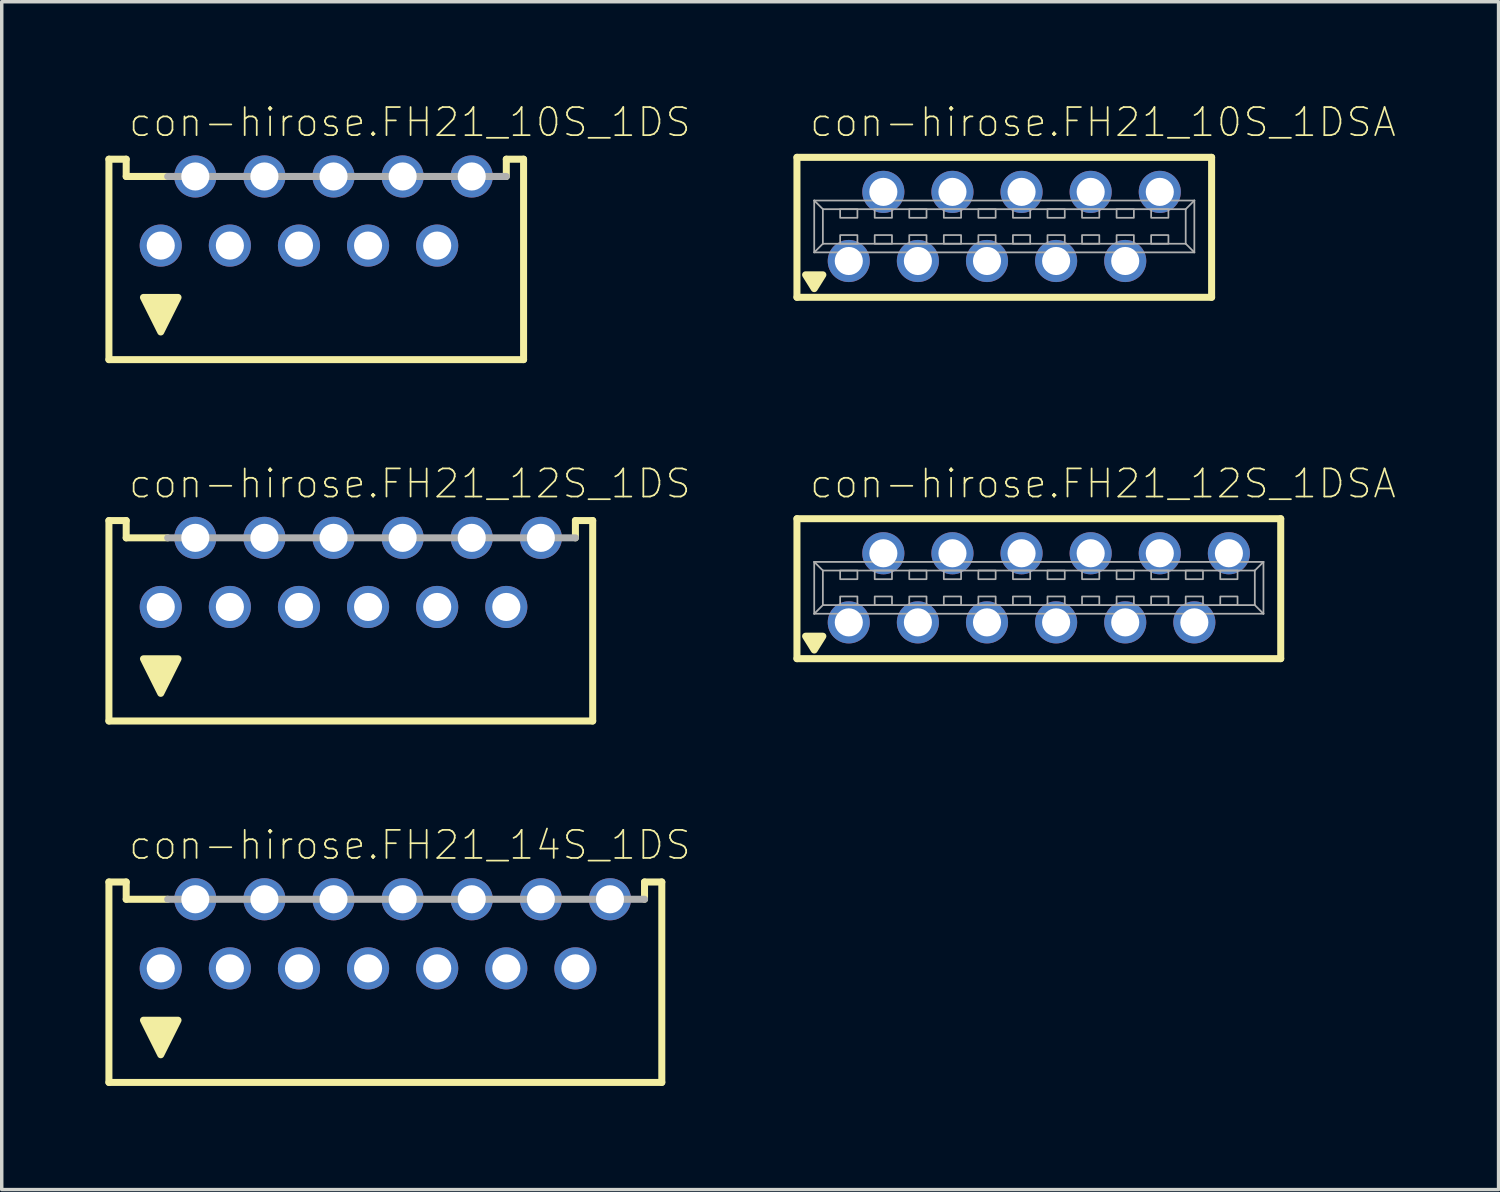
<source format=kicad_pcb>
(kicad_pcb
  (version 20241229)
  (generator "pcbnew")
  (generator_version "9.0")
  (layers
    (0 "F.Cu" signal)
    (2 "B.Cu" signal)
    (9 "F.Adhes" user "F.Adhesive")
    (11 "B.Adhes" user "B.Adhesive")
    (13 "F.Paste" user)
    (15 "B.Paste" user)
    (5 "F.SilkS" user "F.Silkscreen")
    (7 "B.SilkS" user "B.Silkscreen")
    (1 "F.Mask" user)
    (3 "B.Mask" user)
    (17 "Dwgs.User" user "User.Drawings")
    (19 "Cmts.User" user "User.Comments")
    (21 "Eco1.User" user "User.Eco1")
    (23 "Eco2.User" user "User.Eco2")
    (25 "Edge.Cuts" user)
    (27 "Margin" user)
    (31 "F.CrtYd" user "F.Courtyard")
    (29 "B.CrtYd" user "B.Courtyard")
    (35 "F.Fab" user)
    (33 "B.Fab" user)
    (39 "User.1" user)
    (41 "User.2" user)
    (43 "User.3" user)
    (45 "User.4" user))
  (footprint "con-hirose.FH21_14S_1DS"
    (layer "F.Cu")
    (at 8.102 24.974)
    (property "Reference" "con-hirose.FH21_14S_1DS" (at -7.472 -3.094 0) (layer "F.SilkS") (effects (font (size 0.813 0.813) (thickness 0.05)) (justify left bottom)))
    (attr through_hole)
    (fp_line (start -8 -2.5) (end -8 3.3) (stroke (width 0.203) (type default)) (layer "F.SilkS"))
    (fp_line (start -8 3.3) (end 8 3.3) (stroke (width 0.203) (type default)) (layer "F.SilkS"))
    (fp_line (start -7.5 -2.5) (end -8 -2.5) (stroke (width 0.203) (type default)) (layer "F.SilkS"))
    (fp_line (start -7.5 -2) (end -7.5 -2.5) (stroke (width 0.203) (type default)) (layer "F.SilkS"))
    (fp_line (start -7.5 -2) (end -6.3 -2) (stroke (width 0.203) (type default)) (layer "F.SilkS"))
    (fp_line (start 7.5 -2.5) (end 8 -2.5) (stroke (width 0.203) (type default)) (layer "F.SilkS"))
    (fp_line (start 7.5 -2) (end 7.5 -2.5) (stroke (width 0.203) (type default)) (layer "F.SilkS"))
    (fp_line (start 8 -2.5) (end 8 3.3) (stroke (width 0.203) (type default)) (layer "F.SilkS"))
    (fp_poly (pts (xy -6.5 2.5) (xy -7 1.5) (xy -6 1.5)) (stroke (width 0.203) (type default)) (fill yes) (layer "F.SilkS"))
    (fp_line (start -6.3 -2) (end 7.5 -2) (stroke (width 0.203) (type default)) (layer "F.Fab"))
    (pad "1" thru_hole circle (at -6.5 0) (size 1.219 1.219) (drill 0.813) (layers "*.Cu" "*.Mask"))
    (pad "2" thru_hole circle (at -5.5 -2) (size 1.219 1.219) (drill 0.813) (layers "*.Cu" "*.Mask"))
    (pad "3" thru_hole circle (at -4.5 0) (size 1.219 1.219) (drill 0.813) (layers "*.Cu" "*.Mask"))
    (pad "4" thru_hole circle (at -3.5 -2) (size 1.219 1.219) (drill 0.813) (layers "*.Cu" "*.Mask"))
    (pad "5" thru_hole circle (at -2.5 0) (size 1.219 1.219) (drill 0.813) (layers "*.Cu" "*.Mask"))
    (pad "6" thru_hole circle (at -1.5 -2) (size 1.219 1.219) (drill 0.813) (layers "*.Cu" "*.Mask"))
    (pad "7" thru_hole circle (at -0.5 0) (size 1.219 1.219) (drill 0.813) (layers "*.Cu" "*.Mask"))
    (pad "8" thru_hole circle (at 0.5 -2) (size 1.219 1.219) (drill 0.813) (layers "*.Cu" "*.Mask"))
    (pad "9" thru_hole circle (at 1.5 0) (size 1.219 1.219) (drill 0.813) (layers "*.Cu" "*.Mask"))
    (pad "10" thru_hole circle (at 2.5 -2) (size 1.219 1.219) (drill 0.813) (layers "*.Cu" "*.Mask"))
    (pad "11" thru_hole circle (at 3.5 0) (size 1.219 1.219) (drill 0.813) (layers "*.Cu" "*.Mask"))
    (pad "12" thru_hole circle (at 4.5 -2) (size 1.219 1.219) (drill 0.813) (layers "*.Cu" "*.Mask"))
    (pad "13" thru_hole circle (at 5.5 0) (size 1.219 1.219) (drill 0.813) (layers "*.Cu" "*.Mask"))
    (pad "14" thru_hole circle (at 6.5 -2) (size 1.219 1.219) (drill 0.813) (layers "*.Cu" "*.Mask")))
  (footprint "con-hirose.FH21_12S_1DSA"
    (layer "F.Cu")
    (at 27.013 13.961)
    (property "Reference" "con-hirose.FH21_12S_1DSA" (at -6.675 -2.54 0) (layer "F.SilkS") (effects (font (size 0.813 0.813) (thickness 0.05)) (justify left bottom)))
    (attr through_hole)
    (fp_line (start -7 -2) (end -7 2.05) (stroke (width 0.203) (type default)) (layer "F.SilkS"))
    (fp_line (start -7 2.05) (end 7 2.05) (stroke (width 0.203) (type default)) (layer "F.SilkS"))
    (fp_line (start 7 -2) (end -7 -2) (stroke (width 0.203) (type default)) (layer "F.SilkS"))
    (fp_line (start 7 -2) (end 7 2.05) (stroke (width 0.203) (type default)) (layer "F.SilkS"))
    (fp_poly (pts (xy -6.5 1.8) (xy -6.75 1.4) (xy -6.25 1.4)) (stroke (width 0.203) (type default)) (fill yes) (layer "F.SilkS"))
    (fp_line (start -6.5 -0.75) (end 6.5 -0.75) (stroke (width 0.051) (type default)) (layer "F.Fab"))
    (fp_line (start -6.5 0.75) (end -6.5 -0.75) (stroke (width 0.051) (type default)) (layer "F.Fab"))
    (fp_line (start -6.25 -0.5) (end -6.5 -0.75) (stroke (width 0.051) (type default)) (layer "F.Fab"))
    (fp_line (start -6.25 -0.5) (end 6.25 -0.5) (stroke (width 0.051) (type default)) (layer "F.Fab"))
    (fp_line (start -6.25 0.5) (end -6.5 0.75) (stroke (width 0.051) (type default)) (layer "F.Fab"))
    (fp_line (start -6.25 0.5) (end -6.25 -0.5) (stroke (width 0.051) (type default)) (layer "F.Fab"))
    (fp_line (start 6.25 -0.5) (end 6.25 0.5) (stroke (width 0.051) (type default)) (layer "F.Fab"))
    (fp_line (start 6.25 -0.5) (end 6.5 -0.75) (stroke (width 0.051) (type default)) (layer "F.Fab"))
    (fp_line (start 6.25 0.5) (end -6.25 0.5) (stroke (width 0.051) (type default)) (layer "F.Fab"))
    (fp_line (start 6.25 0.5) (end 6.5 0.75) (stroke (width 0.051) (type default)) (layer "F.Fab"))
    (fp_line (start 6.5 -0.75) (end 6.5 0.75) (stroke (width 0.051) (type default)) (layer "F.Fab"))
    (fp_line (start 6.5 0.75) (end -6.5 0.75) (stroke (width 0.051) (type default)) (layer "F.Fab"))
    (fp_rect (start -5.75 -0.25) (end -5.25 -0.5) (stroke (width 0.05) (type default)) (fill no) (layer "F.Fab"))
    (fp_rect (start -5.75 0.5) (end -5.25 0.25) (stroke (width 0.05) (type default)) (fill no) (layer "F.Fab"))
    (fp_rect (start -4.75 -0.25) (end -4.25 -0.5) (stroke (width 0.05) (type default)) (fill no) (layer "F.Fab"))
    (fp_rect (start -4.75 0.5) (end -4.25 0.25) (stroke (width 0.05) (type default)) (fill no) (layer "F.Fab"))
    (fp_rect (start -3.75 -0.25) (end -3.25 -0.5) (stroke (width 0.05) (type default)) (fill no) (layer "F.Fab"))
    (fp_rect (start -3.75 0.5) (end -3.25 0.25) (stroke (width 0.05) (type default)) (fill no) (layer "F.Fab"))
    (fp_rect (start -2.75 -0.25) (end -2.25 -0.5) (stroke (width 0.05) (type default)) (fill no) (layer "F.Fab"))
    (fp_rect (start -2.75 0.5) (end -2.25 0.25) (stroke (width 0.05) (type default)) (fill no) (layer "F.Fab"))
    (fp_rect (start -1.75 -0.25) (end -1.25 -0.5) (stroke (width 0.05) (type default)) (fill no) (layer "F.Fab"))
    (fp_rect (start -1.75 0.5) (end -1.25 0.25) (stroke (width 0.05) (type default)) (fill no) (layer "F.Fab"))
    (fp_rect (start -0.75 -0.25) (end -0.25 -0.5) (stroke (width 0.05) (type default)) (fill no) (layer "F.Fab"))
    (fp_rect (start -0.75 0.5) (end -0.25 0.25) (stroke (width 0.05) (type default)) (fill no) (layer "F.Fab"))
    (fp_rect (start 0.25 -0.25) (end 0.75 -0.5) (stroke (width 0.05) (type default)) (fill no) (layer "F.Fab"))
    (fp_rect (start 0.25 0.5) (end 0.75 0.25) (stroke (width 0.05) (type default)) (fill no) (layer "F.Fab"))
    (fp_rect (start 1.25 -0.25) (end 1.75 -0.5) (stroke (width 0.05) (type default)) (fill no) (layer "F.Fab"))
    (fp_rect (start 1.25 0.5) (end 1.75 0.25) (stroke (width 0.05) (type default)) (fill no) (layer "F.Fab"))
    (fp_rect (start 2.25 -0.25) (end 2.75 -0.5) (stroke (width 0.05) (type default)) (fill no) (layer "F.Fab"))
    (fp_rect (start 2.25 0.5) (end 2.75 0.25) (stroke (width 0.05) (type default)) (fill no) (layer "F.Fab"))
    (fp_rect (start 3.25 -0.25) (end 3.75 -0.5) (stroke (width 0.05) (type default)) (fill no) (layer "F.Fab"))
    (fp_rect (start 3.25 0.5) (end 3.75 0.25) (stroke (width 0.05) (type default)) (fill no) (layer "F.Fab"))
    (fp_rect (start 4.25 -0.25) (end 4.75 -0.5) (stroke (width 0.05) (type default)) (fill no) (layer "F.Fab"))
    (fp_rect (start 4.25 0.5) (end 4.75 0.25) (stroke (width 0.05) (type default)) (fill no) (layer "F.Fab"))
    (fp_rect (start 5.25 -0.25) (end 5.75 -0.5) (stroke (width 0.05) (type default)) (fill no) (layer "F.Fab"))
    (fp_rect (start 5.25 0.5) (end 5.75 0.25) (stroke (width 0.05) (type default)) (fill no) (layer "F.Fab"))
    (pad "1" thru_hole circle (at -5.5 1) (size 1.219 1.219) (drill 0.813) (layers "*.Cu" "*.Mask"))
    (pad "2" thru_hole circle (at -4.5 -1) (size 1.219 1.219) (drill 0.813) (layers "*.Cu" "*.Mask"))
    (pad "3" thru_hole circle (at -3.5 1) (size 1.219 1.219) (drill 0.813) (layers "*.Cu" "*.Mask"))
    (pad "4" thru_hole circle (at -2.5 -1) (size 1.219 1.219) (drill 0.813) (layers "*.Cu" "*.Mask"))
    (pad "5" thru_hole circle (at -1.5 1) (size 1.219 1.219) (drill 0.813) (layers "*.Cu" "*.Mask"))
    (pad "6" thru_hole circle (at -0.5 -1) (size 1.219 1.219) (drill 0.813) (layers "*.Cu" "*.Mask"))
    (pad "7" thru_hole circle (at 0.5 1) (size 1.219 1.219) (drill 0.813) (layers "*.Cu" "*.Mask"))
    (pad "8" thru_hole circle (at 1.5 -1) (size 1.219 1.219) (drill 0.813) (layers "*.Cu" "*.Mask"))
    (pad "9" thru_hole circle (at 2.5 1) (size 1.219 1.219) (drill 0.813) (layers "*.Cu" "*.Mask"))
    (pad "10" thru_hole circle (at 3.5 -1) (size 1.219 1.219) (drill 0.813) (layers "*.Cu" "*.Mask"))
    (pad "11" thru_hole circle (at 4.5 1) (size 1.219 1.219) (drill 0.813) (layers "*.Cu" "*.Mask"))
    (pad "12" thru_hole circle (at 5.5 -1) (size 1.219 1.219) (drill 0.813) (layers "*.Cu" "*.Mask")))
  (footprint "con-hirose.FH21_10S_1DSA"
    (layer "F.Cu")
    (at 26.013 3.503)
    (property "Reference" "con-hirose.FH21_10S_1DSA" (at -5.675 -2.54 0) (layer "F.SilkS") (effects (font (size 0.813 0.813) (thickness 0.05)) (justify left bottom)))
    (attr through_hole)
    (fp_line (start -6 -2) (end -6 2.05) (stroke (width 0.203) (type default)) (layer "F.SilkS"))
    (fp_line (start -6 2.05) (end 6 2.05) (stroke (width 0.203) (type default)) (layer "F.SilkS"))
    (fp_line (start 6 -2) (end -6 -2) (stroke (width 0.203) (type default)) (layer "F.SilkS"))
    (fp_line (start 6 -2) (end 6 2.05) (stroke (width 0.203) (type default)) (layer "F.SilkS"))
    (fp_poly (pts (xy -5.5 1.8) (xy -5.75 1.4) (xy -5.25 1.4)) (stroke (width 0.203) (type default)) (fill yes) (layer "F.SilkS"))
    (fp_line (start -5.5 -0.75) (end 5.5 -0.75) (stroke (width 0.051) (type default)) (layer "F.Fab"))
    (fp_line (start -5.5 0.75) (end -5.5 -0.75) (stroke (width 0.051) (type default)) (layer "F.Fab"))
    (fp_line (start -5.25 -0.5) (end -5.5 -0.75) (stroke (width 0.051) (type default)) (layer "F.Fab"))
    (fp_line (start -5.25 -0.5) (end 5.25 -0.5) (stroke (width 0.051) (type default)) (layer "F.Fab"))
    (fp_line (start -5.25 0.5) (end -5.5 0.75) (stroke (width 0.051) (type default)) (layer "F.Fab"))
    (fp_line (start -5.25 0.5) (end -5.25 -0.5) (stroke (width 0.051) (type default)) (layer "F.Fab"))
    (fp_line (start 5.25 -0.5) (end 5.25 0.5) (stroke (width 0.051) (type default)) (layer "F.Fab"))
    (fp_line (start 5.25 -0.5) (end 5.5 -0.75) (stroke (width 0.051) (type default)) (layer "F.Fab"))
    (fp_line (start 5.25 0.5) (end -5.25 0.5) (stroke (width 0.051) (type default)) (layer "F.Fab"))
    (fp_line (start 5.25 0.5) (end 5.5 0.75) (stroke (width 0.051) (type default)) (layer "F.Fab"))
    (fp_line (start 5.5 -0.75) (end 5.5 0.75) (stroke (width 0.051) (type default)) (layer "F.Fab"))
    (fp_line (start 5.5 0.75) (end -5.5 0.75) (stroke (width 0.051) (type default)) (layer "F.Fab"))
    (fp_rect (start -4.75 -0.25) (end -4.25 -0.5) (stroke (width 0.05) (type default)) (fill no) (layer "F.Fab"))
    (fp_rect (start -4.75 0.5) (end -4.25 0.25) (stroke (width 0.05) (type default)) (fill no) (layer "F.Fab"))
    (fp_rect (start -3.75 -0.25) (end -3.25 -0.5) (stroke (width 0.05) (type default)) (fill no) (layer "F.Fab"))
    (fp_rect (start -3.75 0.5) (end -3.25 0.25) (stroke (width 0.05) (type default)) (fill no) (layer "F.Fab"))
    (fp_rect (start -2.75 -0.25) (end -2.25 -0.5) (stroke (width 0.05) (type default)) (fill no) (layer "F.Fab"))
    (fp_rect (start -2.75 0.5) (end -2.25 0.25) (stroke (width 0.05) (type default)) (fill no) (layer "F.Fab"))
    (fp_rect (start -1.75 -0.25) (end -1.25 -0.5) (stroke (width 0.05) (type default)) (fill no) (layer "F.Fab"))
    (fp_rect (start -1.75 0.5) (end -1.25 0.25) (stroke (width 0.05) (type default)) (fill no) (layer "F.Fab"))
    (fp_rect (start -0.75 -0.25) (end -0.25 -0.5) (stroke (width 0.05) (type default)) (fill no) (layer "F.Fab"))
    (fp_rect (start -0.75 0.5) (end -0.25 0.25) (stroke (width 0.05) (type default)) (fill no) (layer "F.Fab"))
    (fp_rect (start 0.25 -0.25) (end 0.75 -0.5) (stroke (width 0.05) (type default)) (fill no) (layer "F.Fab"))
    (fp_rect (start 0.25 0.5) (end 0.75 0.25) (stroke (width 0.05) (type default)) (fill no) (layer "F.Fab"))
    (fp_rect (start 1.25 -0.25) (end 1.75 -0.5) (stroke (width 0.05) (type default)) (fill no) (layer "F.Fab"))
    (fp_rect (start 1.25 0.5) (end 1.75 0.25) (stroke (width 0.05) (type default)) (fill no) (layer "F.Fab"))
    (fp_rect (start 2.25 -0.25) (end 2.75 -0.5) (stroke (width 0.05) (type default)) (fill no) (layer "F.Fab"))
    (fp_rect (start 2.25 0.5) (end 2.75 0.25) (stroke (width 0.05) (type default)) (fill no) (layer "F.Fab"))
    (fp_rect (start 3.25 -0.25) (end 3.75 -0.5) (stroke (width 0.05) (type default)) (fill no) (layer "F.Fab"))
    (fp_rect (start 3.25 0.5) (end 3.75 0.25) (stroke (width 0.05) (type default)) (fill no) (layer "F.Fab"))
    (fp_rect (start 4.25 -0.25) (end 4.75 -0.5) (stroke (width 0.05) (type default)) (fill no) (layer "F.Fab"))
    (fp_rect (start 4.25 0.5) (end 4.75 0.25) (stroke (width 0.05) (type default)) (fill no) (layer "F.Fab"))
    (pad "1" thru_hole circle (at -4.5 1) (size 1.219 1.219) (drill 0.813) (layers "*.Cu" "*.Mask"))
    (pad "2" thru_hole circle (at -3.5 -1) (size 1.219 1.219) (drill 0.813) (layers "*.Cu" "*.Mask"))
    (pad "3" thru_hole circle (at -2.5 1) (size 1.219 1.219) (drill 0.813) (layers "*.Cu" "*.Mask"))
    (pad "4" thru_hole circle (at -1.5 -1) (size 1.219 1.219) (drill 0.813) (layers "*.Cu" "*.Mask"))
    (pad "5" thru_hole circle (at -0.5 1) (size 1.219 1.219) (drill 0.813) (layers "*.Cu" "*.Mask"))
    (pad "6" thru_hole circle (at 0.5 -1) (size 1.219 1.219) (drill 0.813) (layers "*.Cu" "*.Mask"))
    (pad "7" thru_hole circle (at 1.5 1) (size 1.219 1.219) (drill 0.813) (layers "*.Cu" "*.Mask"))
    (pad "8" thru_hole circle (at 2.5 -1) (size 1.219 1.219) (drill 0.813) (layers "*.Cu" "*.Mask"))
    (pad "9" thru_hole circle (at 3.5 1) (size 1.219 1.219) (drill 0.813) (layers "*.Cu" "*.Mask"))
    (pad "10" thru_hole circle (at 4.5 -1) (size 1.219 1.219) (drill 0.813) (layers "*.Cu" "*.Mask")))
  (footprint "con-hirose.FH21_12S_1DS"
    (layer "F.Cu")
    (at 7.102 14.515)
    (property "Reference" "con-hirose.FH21_12S_1DS" (at -6.472 -3.094 0) (layer "F.SilkS") (effects (font (size 0.813 0.813) (thickness 0.05)) (justify left bottom)))
    (attr through_hole)
    (fp_line (start -7 -2.5) (end -7 3.3) (stroke (width 0.203) (type default)) (layer "F.SilkS"))
    (fp_line (start -7 3.3) (end 7 3.3) (stroke (width 0.203) (type default)) (layer "F.SilkS"))
    (fp_line (start -6.5 -2.5) (end -7 -2.5) (stroke (width 0.203) (type default)) (layer "F.SilkS"))
    (fp_line (start -6.5 -2) (end -6.5 -2.5) (stroke (width 0.203) (type default)) (layer "F.SilkS"))
    (fp_line (start -6.5 -2) (end -5.3 -2) (stroke (width 0.203) (type default)) (layer "F.SilkS"))
    (fp_line (start 6.5 -2.5) (end 7 -2.5) (stroke (width 0.203) (type default)) (layer "F.SilkS"))
    (fp_line (start 6.5 -2) (end 6.5 -2.5) (stroke (width 0.203) (type default)) (layer "F.SilkS"))
    (fp_line (start 7 -2.5) (end 7 3.3) (stroke (width 0.203) (type default)) (layer "F.SilkS"))
    (fp_poly (pts (xy -5.5 2.5) (xy -6 1.5) (xy -5 1.5)) (stroke (width 0.203) (type default)) (fill yes) (layer "F.SilkS"))
    (fp_line (start -5.3 -2) (end 6.5 -2) (stroke (width 0.203) (type default)) (layer "F.Fab"))
    (pad "1" thru_hole circle (at -5.5 0) (size 1.219 1.219) (drill 0.813) (layers "*.Cu" "*.Mask"))
    (pad "2" thru_hole circle (at -4.5 -2) (size 1.219 1.219) (drill 0.813) (layers "*.Cu" "*.Mask"))
    (pad "3" thru_hole circle (at -3.5 0) (size 1.219 1.219) (drill 0.813) (layers "*.Cu" "*.Mask"))
    (pad "4" thru_hole circle (at -2.5 -2) (size 1.219 1.219) (drill 0.813) (layers "*.Cu" "*.Mask"))
    (pad "5" thru_hole circle (at -1.5 0) (size 1.219 1.219) (drill 0.813) (layers "*.Cu" "*.Mask"))
    (pad "6" thru_hole circle (at -0.5 -2) (size 1.219 1.219) (drill 0.813) (layers "*.Cu" "*.Mask"))
    (pad "7" thru_hole circle (at 0.5 0) (size 1.219 1.219) (drill 0.813) (layers "*.Cu" "*.Mask"))
    (pad "8" thru_hole circle (at 1.5 -2) (size 1.219 1.219) (drill 0.813) (layers "*.Cu" "*.Mask"))
    (pad "9" thru_hole circle (at 2.5 0) (size 1.219 1.219) (drill 0.813) (layers "*.Cu" "*.Mask"))
    (pad "10" thru_hole circle (at 3.5 -2) (size 1.219 1.219) (drill 0.813) (layers "*.Cu" "*.Mask"))
    (pad "11" thru_hole circle (at 4.5 0) (size 1.219 1.219) (drill 0.813) (layers "*.Cu" "*.Mask"))
    (pad "12" thru_hole circle (at 5.5 -2) (size 1.219 1.219) (drill 0.813) (layers "*.Cu" "*.Mask")))
  (footprint "con-hirose.FH21_10S_1DS"
    (layer "F.Cu")
    (at 6.102 4.057)
    (property "Reference" "con-hirose.FH21_10S_1DS" (at -5.472 -3.094 0) (layer "F.SilkS") (effects (font (size 0.813 0.813) (thickness 0.05)) (justify left bottom)))
    (attr through_hole)
    (fp_line (start -6 -2.5) (end -6 3.3) (stroke (width 0.203) (type default)) (layer "F.SilkS"))
    (fp_line (start -6 3.3) (end 6 3.3) (stroke (width 0.203) (type default)) (layer "F.SilkS"))
    (fp_line (start -5.5 -2.5) (end -6 -2.5) (stroke (width 0.203) (type default)) (layer "F.SilkS"))
    (fp_line (start -5.5 -2) (end -5.5 -2.5) (stroke (width 0.203) (type default)) (layer "F.SilkS"))
    (fp_line (start -5.5 -2) (end -4.3 -2) (stroke (width 0.203) (type default)) (layer "F.SilkS"))
    (fp_line (start 5.5 -2.5) (end 6 -2.5) (stroke (width 0.203) (type default)) (layer "F.SilkS"))
    (fp_line (start 5.5 -2) (end 5.5 -2.5) (stroke (width 0.203) (type default)) (layer "F.SilkS"))
    (fp_line (start 6 -2.5) (end 6 3.3) (stroke (width 0.203) (type default)) (layer "F.SilkS"))
    (fp_poly (pts (xy -4.5 2.5) (xy -5 1.5) (xy -4 1.5)) (stroke (width 0.203) (type default)) (fill yes) (layer "F.SilkS"))
    (fp_line (start -4.3 -2) (end 5.5 -2) (stroke (width 0.203) (type default)) (layer "F.Fab"))
    (pad "1" thru_hole circle (at -4.5 0) (size 1.219 1.219) (drill 0.813) (layers "*.Cu" "*.Mask"))
    (pad "2" thru_hole circle (at -3.5 -2) (size 1.219 1.219) (drill 0.813) (layers "*.Cu" "*.Mask"))
    (pad "3" thru_hole circle (at -2.5 0) (size 1.219 1.219) (drill 0.813) (layers "*.Cu" "*.Mask"))
    (pad "4" thru_hole circle (at -1.5 -2) (size 1.219 1.219) (drill 0.813) (layers "*.Cu" "*.Mask"))
    (pad "5" thru_hole circle (at -0.5 0) (size 1.219 1.219) (drill 0.813) (layers "*.Cu" "*.Mask"))
    (pad "6" thru_hole circle (at 0.5 -2) (size 1.219 1.219) (drill 0.813) (layers "*.Cu" "*.Mask"))
    (pad "7" thru_hole circle (at 1.5 0) (size 1.219 1.219) (drill 0.813) (layers "*.Cu" "*.Mask"))
    (pad "8" thru_hole circle (at 2.5 -2) (size 1.219 1.219) (drill 0.813) (layers "*.Cu" "*.Mask"))
    (pad "9" thru_hole circle (at 3.5 0) (size 1.219 1.219) (drill 0.813) (layers "*.Cu" "*.Mask"))
    (pad "10" thru_hole circle (at 4.5 -2) (size 1.219 1.219) (drill 0.813) (layers "*.Cu" "*.Mask")))
  (gr_rect
    (start -3 -3)
    (end 40.317 31.375)
    (stroke (width 0.1) (type default))
    (fill no)
    (layer "Edge.Cuts")))
</source>
